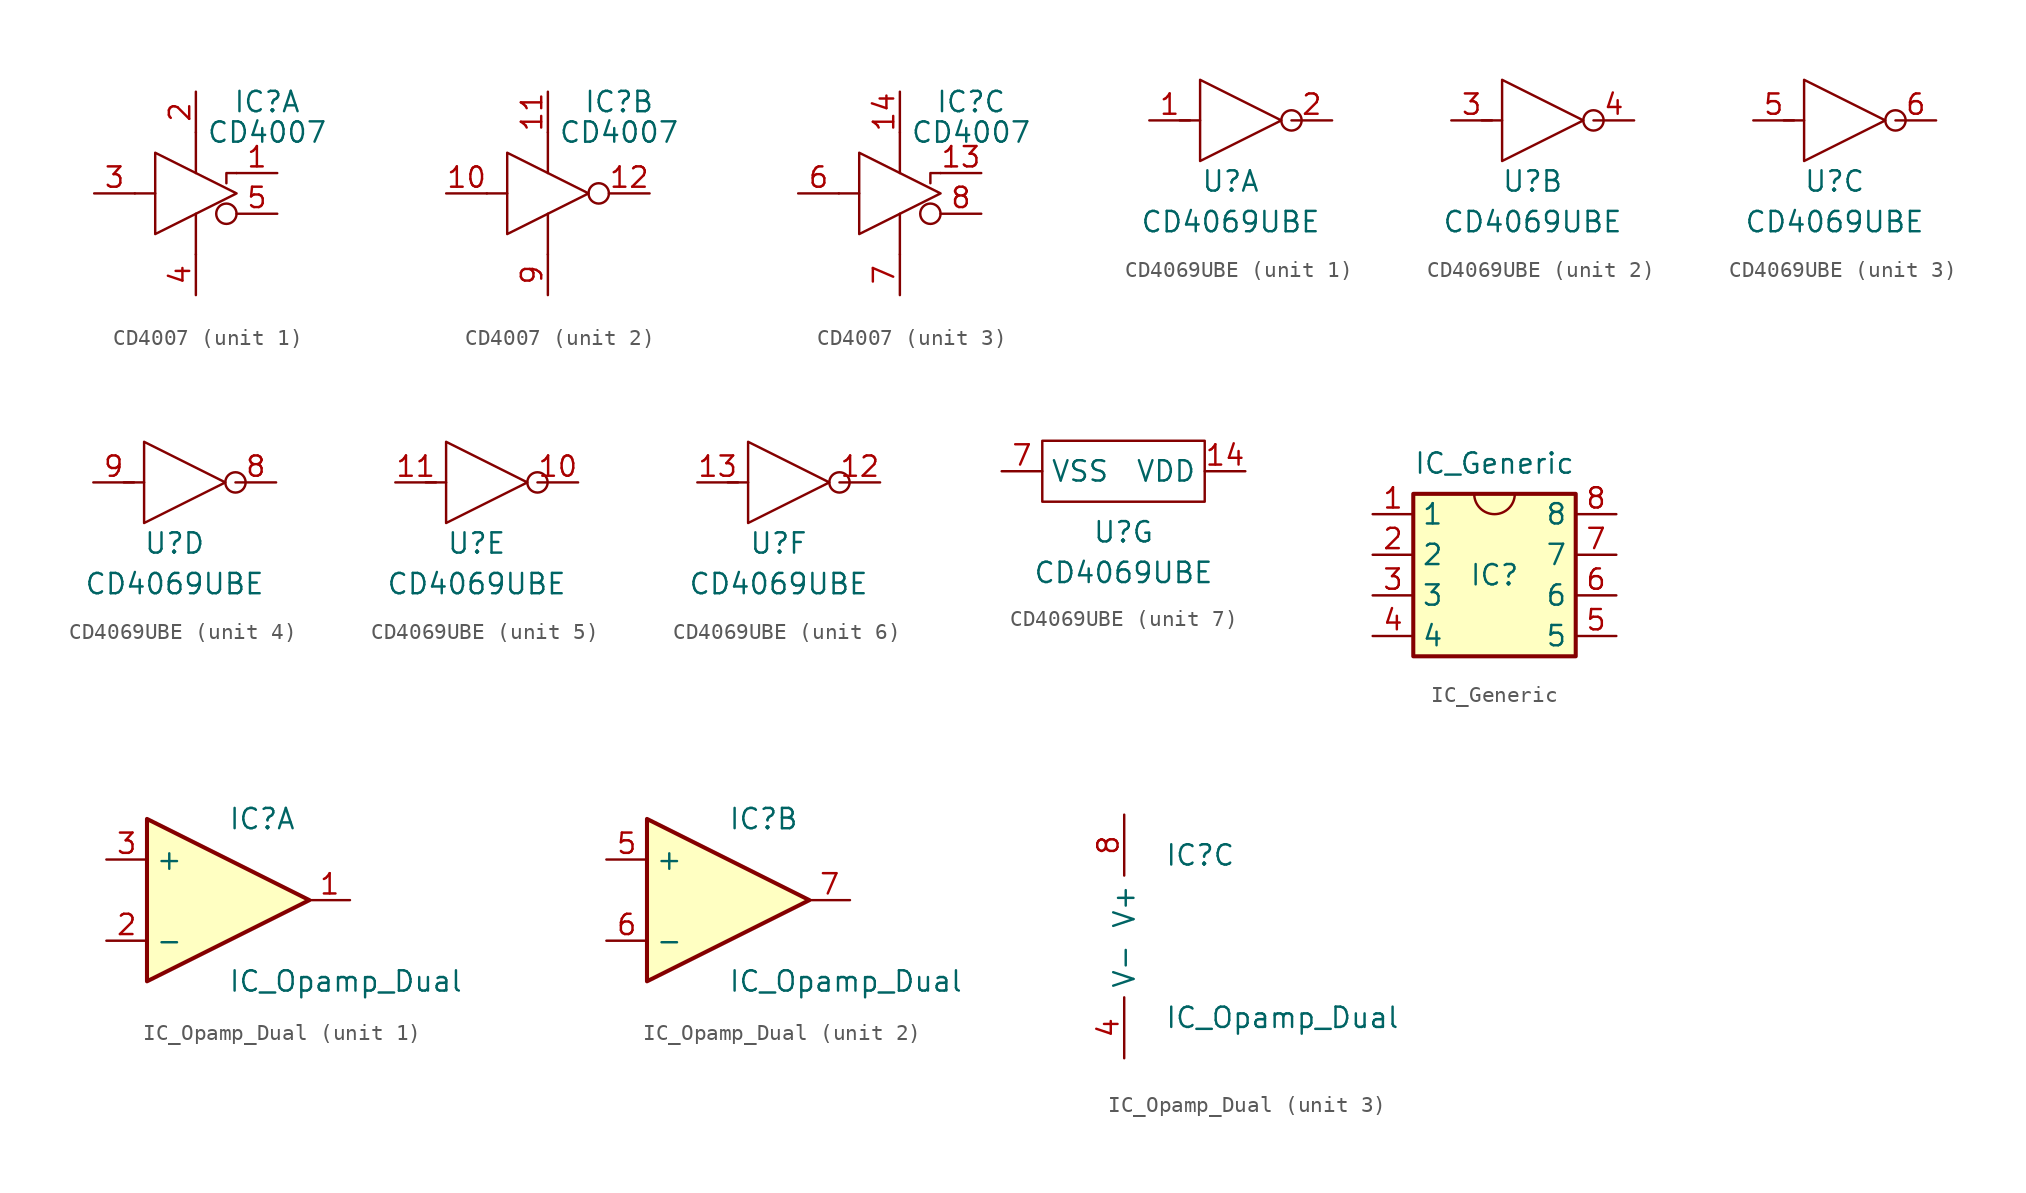
<source format=kicad_sym>
(kicad_symbol_lib
  (version 20241209)
  (generator "kicad_symbol_editor")
  (generator_version "9.0")
  (symbol "CD4007"
    (property "Reference" "IC"
      (at 4.445 5.715 0)
      (effects (font (size 1.27 1.27))))
    (property "Value" "CD4007"
      (at 4.445 3.81 0)
      (effects (font (size 1.27 1.27))))
    (property "ki_locked" ""
      (at 0 0 0)
      (effects (font (size 1.27 1.27))))
    (symbol "CD4007_0_1"
      (polyline (pts (xy 0 3.81) (xy 0 1.27)) (stroke (width 0) (type default)) (fill (type none)))
      (polyline (pts (xy 0 -3.81) (xy 0 -1.27)) (stroke (width 0) (type default)) (fill (type none))))
    (symbol "CD4007_1_1"
      (polyline (pts (xy -2.54 0) (xy -3.81 0)) (stroke (width 0) (type default)) (fill (type none)))
      (circle (center 1.905 -1.27) (radius 0.635) (stroke (width 0) (type default)) (fill (type none)))
      (polyline (pts (xy 2.54 1.27) (xy 1.905 1.27) (xy 1.905 0.635)) (stroke (width 0) (type default)) (fill (type none)))
      (polyline (pts (xy 2.54 0) (xy -2.54 2.54) (xy -2.54 -2.54) (xy 2.54 0)) (stroke (width 0) (type default)) (fill (type none)))
      (pin passive line (at -6.35 0 0) (length 2.54) (name "" (effects (font (size 1.27 1.27)))) (number "3" (effects (font (size 1.27 1.27)))))
      (pin passive line (at 0 6.35 270) (length 2.54) (name "" (effects (font (size 1.27 1.27)))) (number "2" (effects (font (size 1.27 1.27)))))
      (pin passive line (at 0 -6.35 90) (length 2.54) (name "" (effects (font (size 1.27 1.27)))) (number "4" (effects (font (size 1.27 1.27)))))
      (pin passive line (at 5.08 1.27 180) (length 2.54) (name "" (effects (font (size 1.27 1.27)))) (number "1" (effects (font (size 1.27 1.27)))))
      (pin passive line (at 5.08 -1.27 180) (length 2.54) (name "" (effects (font (size 1.27 1.27)))) (number "5" (effects (font (size 1.27 1.27))))))
    (symbol "CD4007_2_1"
      (polyline (pts (xy -2.54 0) (xy -3.81 0)) (stroke (width 0) (type default)) (fill (type none)))
      (polyline (pts (xy 2.54 0) (xy -2.54 2.54) (xy -2.54 -2.54) (xy 2.54 0)) (stroke (width 0) (type default)) (fill (type none)))
      (circle (center 3.175 0) (radius 0.635) (stroke (width 0) (type default)) (fill (type none)))
      (pin unspecified line (at -6.35 0 0) (length 2.54) (name "" (effects (font (size 1.27 1.27)))) (number "10" (effects (font (size 1.27 1.27)))))
      (pin unspecified line (at 0 6.35 270) (length 2.54) (name "" (effects (font (size 1.27 1.27)))) (number "11" (effects (font (size 1.27 1.27)))))
      (pin unspecified line (at 0 -6.35 90) (length 2.54) (name "" (effects (font (size 1.27 1.27)))) (number "9" (effects (font (size 1.27 1.27)))))
      (pin unspecified line (at 6.35 0 180) (length 2.54) (name "" (effects (font (size 1.27 1.27)))) (number "12" (effects (font (size 1.27 1.27))))))
    (symbol "CD4007_3_1"
      (polyline (pts (xy -2.54 0) (xy -3.81 0)) (stroke (width 0) (type default)) (fill (type none)))
      (circle (center 1.905 -1.27) (radius 0.635) (stroke (width 0) (type default)) (fill (type none)))
      (polyline (pts (xy 2.54 1.27) (xy 1.905 1.27) (xy 1.905 0.635)) (stroke (width 0) (type default)) (fill (type none)))
      (polyline (pts (xy 2.54 0) (xy -2.54 2.54) (xy -2.54 -2.54) (xy 2.54 0)) (stroke (width 0) (type default)) (fill (type none)))
      (pin passive line (at -6.35 0 0) (length 2.54) (name "" (effects (font (size 1.27 1.27)))) (number "6" (effects (font (size 1.27 1.27)))))
      (pin unspecified line (at 0 6.35 270) (length 2.54) (name "" (effects (font (size 1.27 1.27)))) (number "14" (effects (font (size 1.27 1.27)))))
      (pin passive line (at 0 -6.35 90) (length 2.54) (name "" (effects (font (size 1.27 1.27)))) (number "7" (effects (font (size 1.27 1.27)))))
      (pin unspecified line (at 5.08 1.27 180) (length 2.54) (name "" (effects (font (size 1.27 1.27)))) (number "13" (effects (font (size 1.27 1.27)))))
      (pin passive line (at 5.08 -1.27 180) (length 2.54) (name "" (effects (font (size 1.27 1.27)))) (number "8" (effects (font (size 1.27 1.27)))))))
  (symbol "CD4069UBE"
    (property "Reference" "U"
      (at 0 -3.81 0)
      (effects (font (size 1.27 1.27))))
    (property "Value" "CD4069UBE"
      (at 0 -6.35 0)
      (effects (font (size 1.27 1.27))))
    (property "ki_locked" ""
      (at 0 0 0)
      (effects (font (size 1.27 1.27))))
    (symbol "CD4069UBE_1_1"
      (polyline (pts (xy -1.905 0) (xy -3.175 0)) (stroke (width 0) (type default)) (fill (type none)))
      (polyline (pts (xy 3.175 0) (xy -1.905 2.54) (xy -1.905 -2.54) (xy 3.175 0)) (stroke (width 0) (type default)) (fill (type none)))
      (circle (center 3.81 0) (radius 0.635) (stroke (width 0) (type default)) (fill (type none)))
      (pin unspecified line (at -5.08 0 0) (length 2.54) (name "" (effects (font (size 1.27 1.27)))) (number "1" (effects (font (size 1.27 1.27)))))
      (pin unspecified line (at 6.35 0 180) (length 2.54) (name "" (effects (font (size 1.27 1.27)))) (number "2" (effects (font (size 1.27 1.27))))))
    (symbol "CD4069UBE_2_1"
      (polyline (pts (xy -1.905 0) (xy -3.175 0)) (stroke (width 0) (type default)) (fill (type none)))
      (polyline (pts (xy 3.175 0) (xy -1.905 2.54) (xy -1.905 -2.54) (xy 3.175 0)) (stroke (width 0) (type default)) (fill (type none)))
      (circle (center 3.81 0) (radius 0.635) (stroke (width 0) (type default)) (fill (type none)))
      (pin unspecified line (at -5.08 0 0) (length 2.54) (name "" (effects (font (size 1.27 1.27)))) (number "3" (effects (font (size 1.27 1.27)))))
      (pin unspecified line (at 6.35 0 180) (length 2.54) (name "" (effects (font (size 1.27 1.27)))) (number "4" (effects (font (size 1.27 1.27))))))
    (symbol "CD4069UBE_3_1"
      (polyline (pts (xy -1.905 0) (xy -3.175 0)) (stroke (width 0) (type default)) (fill (type none)))
      (polyline (pts (xy 3.175 0) (xy -1.905 2.54) (xy -1.905 -2.54) (xy 3.175 0)) (stroke (width 0) (type default)) (fill (type none)))
      (circle (center 3.81 0) (radius 0.635) (stroke (width 0) (type default)) (fill (type none)))
      (pin unspecified line (at -5.08 0 0) (length 2.54) (name "" (effects (font (size 1.27 1.27)))) (number "5" (effects (font (size 1.27 1.27)))))
      (pin unspecified line (at 6.35 0 180) (length 2.54) (name "" (effects (font (size 1.27 1.27)))) (number "6" (effects (font (size 1.27 1.27))))))
    (symbol "CD4069UBE_4_1"
      (polyline (pts (xy -1.905 0) (xy -3.175 0)) (stroke (width 0) (type default)) (fill (type none)))
      (polyline (pts (xy 3.175 0) (xy -1.905 2.54) (xy -1.905 -2.54) (xy 3.175 0)) (stroke (width 0) (type default)) (fill (type none)))
      (circle (center 3.81 0) (radius 0.635) (stroke (width 0) (type default)) (fill (type none)))
      (pin unspecified line (at -5.08 0 0) (length 2.54) (name "" (effects (font (size 1.27 1.27)))) (number "9" (effects (font (size 1.27 1.27)))))
      (pin unspecified line (at 6.35 0 180) (length 2.54) (name "" (effects (font (size 1.27 1.27)))) (number "8" (effects (font (size 1.27 1.27))))))
    (symbol "CD4069UBE_5_1"
      (polyline (pts (xy -1.905 0) (xy -3.175 0)) (stroke (width 0) (type default)) (fill (type none)))
      (polyline (pts (xy 3.175 0) (xy -1.905 2.54) (xy -1.905 -2.54) (xy 3.175 0)) (stroke (width 0) (type default)) (fill (type none)))
      (circle (center 3.81 0) (radius 0.635) (stroke (width 0) (type default)) (fill (type none)))
      (pin unspecified line (at -5.08 0 0) (length 2.54) (name "" (effects (font (size 1.27 1.27)))) (number "11" (effects (font (size 1.27 1.27)))))
      (pin unspecified line (at 6.35 0 180) (length 2.54) (name "" (effects (font (size 1.27 1.27)))) (number "10" (effects (font (size 1.27 1.27))))))
    (symbol "CD4069UBE_6_1"
      (polyline (pts (xy -1.905 0) (xy -3.175 0)) (stroke (width 0) (type default)) (fill (type none)))
      (polyline (pts (xy 3.175 0) (xy -1.905 2.54) (xy -1.905 -2.54) (xy 3.175 0)) (stroke (width 0) (type default)) (fill (type none)))
      (circle (center 3.81 0) (radius 0.635) (stroke (width 0) (type default)) (fill (type none)))
      (pin unspecified line (at -5.08 0 0) (length 2.54) (name "" (effects (font (size 1.27 1.27)))) (number "13" (effects (font (size 1.27 1.27)))))
      (pin unspecified line (at 6.35 0 180) (length 2.54) (name "" (effects (font (size 1.27 1.27)))) (number "12" (effects (font (size 1.27 1.27))))))
    (symbol "CD4069UBE_7_1"
      (rectangle (start -5.08 1.905) (end 5.08 -1.905) (stroke (width 0) (type default)) (fill (type none)))
      (pin unspecified line (at -7.62 0 0) (length 2.54) (name "VSS" (effects (font (size 1.27 1.27)))) (number "7" (effects (font (size 1.27 1.27)))))
      (pin unspecified line (at 7.62 0 180) (length 2.54) (name "VDD" (effects (font (size 1.27 1.27)))) (number "14" (effects (font (size 1.27 1.27)))))))
  (symbol "IC_Generic"
    (property "Reference" "IC"
      (at 0 0 0)
      (effects (font (size 1.27 1.27))))
    (property "Value" "IC_Generic"
      (at 0 6.985 0)
      (effects (font (size 1.27 1.27))))
    (symbol "IC_Generic_0_1"
      (rectangle (start -5.08 5.08) (end 5.08 -5.08) (stroke (width 0.254) (type default)) (fill (type background)))
      (arc (start 1.27 5.08) (mid 0 3.81) (end -1.27 5.08) (stroke (width 0) (type default)) (fill (type none))))
    (symbol "IC_Generic_1_1"
      (pin unspecified line (at -7.62 3.81 0) (length 2.54) (name "1" (effects (font (size 1.27 1.27)))) (number "1" (effects (font (size 1.27 1.27)))))
      (pin unspecified line (at -7.62 1.27 0) (length 2.54) (name "2" (effects (font (size 1.27 1.27)))) (number "2" (effects (font (size 1.27 1.27)))))
      (pin unspecified line (at -7.62 -1.27 0) (length 2.54) (name "3" (effects (font (size 1.27 1.27)))) (number "3" (effects (font (size 1.27 1.27)))))
      (pin unspecified line (at -7.62 -3.81 0) (length 2.54) (name "4" (effects (font (size 1.27 1.27)))) (number "4" (effects (font (size 1.27 1.27)))))
      (pin unspecified line (at 7.62 3.81 180) (length 2.54) (name "8" (effects (font (size 1.27 1.27)))) (number "8" (effects (font (size 1.27 1.27)))))
      (pin unspecified line (at 7.62 1.27 180) (length 2.54) (name "7" (effects (font (size 1.27 1.27)))) (number "7" (effects (font (size 1.27 1.27)))))
      (pin unspecified line (at 7.62 -1.27 180) (length 2.54) (name "6" (effects (font (size 1.27 1.27)))) (number "6" (effects (font (size 1.27 1.27)))))
      (pin unspecified line (at 7.62 -3.81 180) (length 2.54) (name "5" (effects (font (size 1.27 1.27)))) (number "5" (effects (font (size 1.27 1.27)))))))
  (symbol "IC_Opamp_Dual"
    (property "Reference" "IC"
      (at 0 5.08 0)
      (effects (font (size 1.27 1.27)) (justify left)))
    (property "Value" "IC_Opamp_Dual"
      (at 0 -5.08 0)
      (effects (font (size 1.27 1.27)) (justify left)))
    (property "ki_locked" ""
      (at 0 0 0)
      (effects (font (size 1.27 1.27))))
    (symbol "IC_Opamp_Dual_1_1"
      (polyline (pts (xy -5.08 5.08) (xy 5.08 0) (xy -5.08 -5.08) (xy -5.08 5.08)) (stroke (width 0.254) (type default)) (fill (type background)))
      (pin input line (at -7.62 2.54 0) (length 2.54) (name "+" (effects (font (size 1.27 1.27)))) (number "3" (effects (font (size 1.27 1.27)))))
      (pin input line (at -7.62 -2.54 0) (length 2.54) (name "-" (effects (font (size 1.27 1.27)))) (number "2" (effects (font (size 1.27 1.27)))))
      (pin output line (at 7.62 0 180) (length 2.54) (name "~" (effects (font (size 1.27 1.27)))) (number "1" (effects (font (size 1.27 1.27))))))
    (symbol "IC_Opamp_Dual_2_1"
      (polyline (pts (xy -5.08 5.08) (xy 5.08 0) (xy -5.08 -5.08) (xy -5.08 5.08)) (stroke (width 0.254) (type default)) (fill (type background)))
      (pin input line (at -7.62 2.54 0) (length 2.54) (name "+" (effects (font (size 1.27 1.27)))) (number "5" (effects (font (size 1.27 1.27)))))
      (pin input line (at -7.62 -2.54 0) (length 2.54) (name "-" (effects (font (size 1.27 1.27)))) (number "6" (effects (font (size 1.27 1.27)))))
      (pin output line (at 7.62 0 180) (length 2.54) (name "~" (effects (font (size 1.27 1.27)))) (number "7" (effects (font (size 1.27 1.27))))))
    (symbol "IC_Opamp_Dual_3_1"
      (pin power_in line (at -2.54 7.62 270) (length 3.81) (name "V+" (effects (font (size 1.27 1.27)))) (number "8" (effects (font (size 1.27 1.27)))))
      (pin power_in line (at -2.54 -7.62 90) (length 3.81) (name "V-" (effects (font (size 1.27 1.27)))) (number "4" (effects (font (size 1.27 1.27))))))))
</source>
